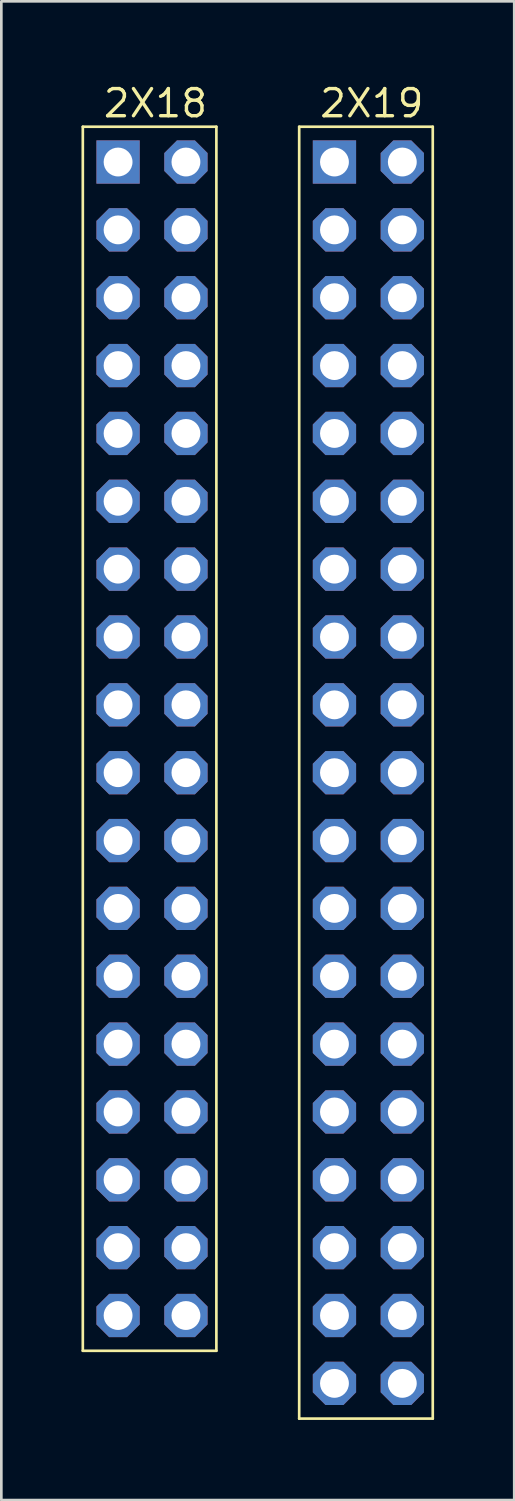
<source format=kicad_pcb>
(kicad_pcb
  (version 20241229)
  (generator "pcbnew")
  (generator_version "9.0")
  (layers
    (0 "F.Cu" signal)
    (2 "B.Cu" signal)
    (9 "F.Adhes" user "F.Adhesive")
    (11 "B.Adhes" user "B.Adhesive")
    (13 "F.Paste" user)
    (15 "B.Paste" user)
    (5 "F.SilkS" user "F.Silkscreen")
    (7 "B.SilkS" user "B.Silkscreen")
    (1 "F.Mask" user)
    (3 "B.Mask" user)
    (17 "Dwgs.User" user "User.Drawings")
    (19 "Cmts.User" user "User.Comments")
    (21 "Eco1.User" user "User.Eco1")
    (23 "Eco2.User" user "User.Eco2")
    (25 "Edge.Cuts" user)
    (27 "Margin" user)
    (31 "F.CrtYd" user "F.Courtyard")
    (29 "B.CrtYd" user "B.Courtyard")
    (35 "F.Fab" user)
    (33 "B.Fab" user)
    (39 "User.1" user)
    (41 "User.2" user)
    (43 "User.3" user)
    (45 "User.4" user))
  (footprint "2X18"
    (layer "F.Cu")
    (at 1.37 3.015)
    (property "Reference" "2X18" (at 1.398 -2.197 0) (layer "F.SilkS") (effects (font (size 1.016 1.016) (thickness 0.127))))
    (attr through_hole)
    (fp_line (start -1.32 -1.32) (end -1.32 44.5) (stroke (width 0.1) (type default)) (layer "F.SilkS"))
    (fp_line (start -1.32 -1.32) (end 3.68 -1.32) (stroke (width 0.1) (type default)) (layer "F.SilkS"))
    (fp_line (start -1.32 44.5) (end 3.68 44.5) (stroke (width 0.1) (type default)) (layer "F.SilkS"))
    (fp_line (start 3.68 -1.32) (end 3.68 44.5) (stroke (width 0.1) (type default)) (layer "F.SilkS"))
    (pad "1" thru_hole rect (at 0 0) (size 1.62 1.62) (drill 1.08) (layers "*.Cu" "*.Mask"))
    (pad "2" thru_hole roundrect (at 0 2.54) (size 1.62 1.62) (drill 1.08) (layers "*.Cu" "*.Mask") (roundrect_rratio 0.25) (chamfer_ratio 0.293) (chamfer top_left top_right bottom_left bottom_right))
    (pad "3" thru_hole roundrect (at 0 5.08) (size 1.62 1.62) (drill 1.08) (layers "*.Cu" "*.Mask") (roundrect_rratio 0.25) (chamfer_ratio 0.293) (chamfer top_left top_right bottom_left bottom_right))
    (pad "4" thru_hole roundrect (at 0 7.62) (size 1.62 1.62) (drill 1.08) (layers "*.Cu" "*.Mask") (roundrect_rratio 0.25) (chamfer_ratio 0.293) (chamfer top_left top_right bottom_left bottom_right))
    (pad "5" thru_hole roundrect (at 0 10.16) (size 1.62 1.62) (drill 1.08) (layers "*.Cu" "*.Mask") (roundrect_rratio 0.25) (chamfer_ratio 0.293) (chamfer top_left top_right bottom_left bottom_right))
    (pad "6" thru_hole roundrect (at 0 12.7) (size 1.62 1.62) (drill 1.08) (layers "*.Cu" "*.Mask") (roundrect_rratio 0.25) (chamfer_ratio 0.293) (chamfer top_left top_right bottom_left bottom_right))
    (pad "7" thru_hole roundrect (at 0 15.24) (size 1.62 1.62) (drill 1.08) (layers "*.Cu" "*.Mask") (roundrect_rratio 0.25) (chamfer_ratio 0.293) (chamfer top_left top_right bottom_left bottom_right))
    (pad "8" thru_hole roundrect (at 0 17.78) (size 1.62 1.62) (drill 1.08) (layers "*.Cu" "*.Mask") (roundrect_rratio 0.25) (chamfer_ratio 0.293) (chamfer top_left top_right bottom_left bottom_right))
    (pad "9" thru_hole roundrect (at 0 20.32) (size 1.62 1.62) (drill 1.08) (layers "*.Cu" "*.Mask") (roundrect_rratio 0.25) (chamfer_ratio 0.293) (chamfer top_left top_right bottom_left bottom_right))
    (pad "10" thru_hole roundrect (at 0 22.86) (size 1.62 1.62) (drill 1.08) (layers "*.Cu" "*.Mask") (roundrect_rratio 0.25) (chamfer_ratio 0.293) (chamfer top_left top_right bottom_left bottom_right))
    (pad "11" thru_hole roundrect (at 0 25.4) (size 1.62 1.62) (drill 1.08) (layers "*.Cu" "*.Mask") (roundrect_rratio 0.25) (chamfer_ratio 0.293) (chamfer top_left top_right bottom_left bottom_right))
    (pad "12" thru_hole roundrect (at 0 27.94) (size 1.62 1.62) (drill 1.08) (layers "*.Cu" "*.Mask") (roundrect_rratio 0.25) (chamfer_ratio 0.293) (chamfer top_left top_right bottom_left bottom_right))
    (pad "13" thru_hole roundrect (at 0 30.48) (size 1.62 1.62) (drill 1.08) (layers "*.Cu" "*.Mask") (roundrect_rratio 0.25) (chamfer_ratio 0.293) (chamfer top_left top_right bottom_left bottom_right))
    (pad "14" thru_hole roundrect (at 0 33.02) (size 1.62 1.62) (drill 1.08) (layers "*.Cu" "*.Mask") (roundrect_rratio 0.25) (chamfer_ratio 0.293) (chamfer top_left top_right bottom_left bottom_right))
    (pad "15" thru_hole roundrect (at 0 35.56) (size 1.62 1.62) (drill 1.08) (layers "*.Cu" "*.Mask") (roundrect_rratio 0.25) (chamfer_ratio 0.293) (chamfer top_left top_right bottom_left bottom_right))
    (pad "16" thru_hole roundrect (at 0 38.1) (size 1.62 1.62) (drill 1.08) (layers "*.Cu" "*.Mask") (roundrect_rratio 0.25) (chamfer_ratio 0.293) (chamfer top_left top_right bottom_left bottom_right))
    (pad "17" thru_hole roundrect (at 0 40.64) (size 1.62 1.62) (drill 1.08) (layers "*.Cu" "*.Mask") (roundrect_rratio 0.25) (chamfer_ratio 0.293) (chamfer top_left top_right bottom_left bottom_right))
    (pad "18" thru_hole roundrect (at 0 43.18) (size 1.62 1.62) (drill 1.08) (layers "*.Cu" "*.Mask") (roundrect_rratio 0.25) (chamfer_ratio 0.293) (chamfer top_left top_right bottom_left bottom_right))
    (pad "19" thru_hole roundrect (at 2.54 0) (size 1.62 1.62) (drill 1.08) (layers "*.Cu" "*.Mask") (roundrect_rratio 0.25) (chamfer_ratio 0.293) (chamfer top_left top_right bottom_left bottom_right))
    (pad "20" thru_hole roundrect (at 2.54 2.54) (size 1.62 1.62) (drill 1.08) (layers "*.Cu" "*.Mask") (roundrect_rratio 0.25) (chamfer_ratio 0.293) (chamfer top_left top_right bottom_left bottom_right))
    (pad "21" thru_hole roundrect (at 2.54 5.08) (size 1.62 1.62) (drill 1.08) (layers "*.Cu" "*.Mask") (roundrect_rratio 0.25) (chamfer_ratio 0.293) (chamfer top_left top_right bottom_left bottom_right))
    (pad "22" thru_hole roundrect (at 2.54 7.62) (size 1.62 1.62) (drill 1.08) (layers "*.Cu" "*.Mask") (roundrect_rratio 0.25) (chamfer_ratio 0.293) (chamfer top_left top_right bottom_left bottom_right))
    (pad "23" thru_hole roundrect (at 2.54 10.16) (size 1.62 1.62) (drill 1.08) (layers "*.Cu" "*.Mask") (roundrect_rratio 0.25) (chamfer_ratio 0.293) (chamfer top_left top_right bottom_left bottom_right))
    (pad "24" thru_hole roundrect (at 2.54 12.7) (size 1.62 1.62) (drill 1.08) (layers "*.Cu" "*.Mask") (roundrect_rratio 0.25) (chamfer_ratio 0.293) (chamfer top_left top_right bottom_left bottom_right))
    (pad "25" thru_hole roundrect (at 2.54 15.24) (size 1.62 1.62) (drill 1.08) (layers "*.Cu" "*.Mask") (roundrect_rratio 0.25) (chamfer_ratio 0.293) (chamfer top_left top_right bottom_left bottom_right))
    (pad "26" thru_hole roundrect (at 2.54 17.78) (size 1.62 1.62) (drill 1.08) (layers "*.Cu" "*.Mask") (roundrect_rratio 0.25) (chamfer_ratio 0.293) (chamfer top_left top_right bottom_left bottom_right))
    (pad "27" thru_hole roundrect (at 2.54 20.32) (size 1.62 1.62) (drill 1.08) (layers "*.Cu" "*.Mask") (roundrect_rratio 0.25) (chamfer_ratio 0.293) (chamfer top_left top_right bottom_left bottom_right))
    (pad "28" thru_hole roundrect (at 2.54 22.86) (size 1.62 1.62) (drill 1.08) (layers "*.Cu" "*.Mask") (roundrect_rratio 0.25) (chamfer_ratio 0.293) (chamfer top_left top_right bottom_left bottom_right))
    (pad "29" thru_hole roundrect (at 2.54 25.4) (size 1.62 1.62) (drill 1.08) (layers "*.Cu" "*.Mask") (roundrect_rratio 0.25) (chamfer_ratio 0.293) (chamfer top_left top_right bottom_left bottom_right))
    (pad "30" thru_hole roundrect (at 2.54 27.94) (size 1.62 1.62) (drill 1.08) (layers "*.Cu" "*.Mask") (roundrect_rratio 0.25) (chamfer_ratio 0.293) (chamfer top_left top_right bottom_left bottom_right))
    (pad "31" thru_hole roundrect (at 2.54 30.48) (size 1.62 1.62) (drill 1.08) (layers "*.Cu" "*.Mask") (roundrect_rratio 0.25) (chamfer_ratio 0.293) (chamfer top_left top_right bottom_left bottom_right))
    (pad "32" thru_hole roundrect (at 2.54 33.02) (size 1.62 1.62) (drill 1.08) (layers "*.Cu" "*.Mask") (roundrect_rratio 0.25) (chamfer_ratio 0.293) (chamfer top_left top_right bottom_left bottom_right))
    (pad "33" thru_hole roundrect (at 2.54 35.56) (size 1.62 1.62) (drill 1.08) (layers "*.Cu" "*.Mask") (roundrect_rratio 0.25) (chamfer_ratio 0.293) (chamfer top_left top_right bottom_left bottom_right))
    (pad "34" thru_hole roundrect (at 2.54 38.1) (size 1.62 1.62) (drill 1.08) (layers "*.Cu" "*.Mask") (roundrect_rratio 0.25) (chamfer_ratio 0.293) (chamfer top_left top_right bottom_left bottom_right))
    (pad "35" thru_hole roundrect (at 2.54 40.64) (size 1.62 1.62) (drill 1.08) (layers "*.Cu" "*.Mask") (roundrect_rratio 0.25) (chamfer_ratio 0.293) (chamfer top_left top_right bottom_left bottom_right))
    (pad "36" thru_hole roundrect (at 2.54 43.18) (size 1.62 1.62) (drill 1.08) (layers "*.Cu" "*.Mask") (roundrect_rratio 0.25) (chamfer_ratio 0.293) (chamfer top_left top_right bottom_left bottom_right)))
  (footprint "2X19"
    (layer "F.Cu")
    (at 9.47 3.015)
    (property "Reference" "2X19" (at 1.398 -2.197 0) (layer "F.SilkS") (effects (font (size 1.016 1.016) (thickness 0.127))))
    (attr through_hole)
    (fp_line (start -1.32 -1.32) (end -1.32 47.04) (stroke (width 0.1) (type default)) (layer "F.SilkS"))
    (fp_line (start -1.32 -1.32) (end 3.68 -1.32) (stroke (width 0.1) (type default)) (layer "F.SilkS"))
    (fp_line (start -1.32 47.04) (end 3.68 47.04) (stroke (width 0.1) (type default)) (layer "F.SilkS"))
    (fp_line (start 3.68 -1.32) (end 3.68 47.04) (stroke (width 0.1) (type default)) (layer "F.SilkS"))
    (pad "1" thru_hole rect (at 0 0) (size 1.62 1.62) (drill 1.08) (layers "*.Cu" "*.Mask"))
    (pad "2" thru_hole roundrect (at 0 2.54) (size 1.62 1.62) (drill 1.08) (layers "*.Cu" "*.Mask") (roundrect_rratio 0.25) (chamfer_ratio 0.293) (chamfer top_left top_right bottom_left bottom_right))
    (pad "3" thru_hole roundrect (at 0 5.08) (size 1.62 1.62) (drill 1.08) (layers "*.Cu" "*.Mask") (roundrect_rratio 0.25) (chamfer_ratio 0.293) (chamfer top_left top_right bottom_left bottom_right))
    (pad "4" thru_hole roundrect (at 0 7.62) (size 1.62 1.62) (drill 1.08) (layers "*.Cu" "*.Mask") (roundrect_rratio 0.25) (chamfer_ratio 0.293) (chamfer top_left top_right bottom_left bottom_right))
    (pad "5" thru_hole roundrect (at 0 10.16) (size 1.62 1.62) (drill 1.08) (layers "*.Cu" "*.Mask") (roundrect_rratio 0.25) (chamfer_ratio 0.293) (chamfer top_left top_right bottom_left bottom_right))
    (pad "6" thru_hole roundrect (at 0 12.7) (size 1.62 1.62) (drill 1.08) (layers "*.Cu" "*.Mask") (roundrect_rratio 0.25) (chamfer_ratio 0.293) (chamfer top_left top_right bottom_left bottom_right))
    (pad "7" thru_hole roundrect (at 0 15.24) (size 1.62 1.62) (drill 1.08) (layers "*.Cu" "*.Mask") (roundrect_rratio 0.25) (chamfer_ratio 0.293) (chamfer top_left top_right bottom_left bottom_right))
    (pad "8" thru_hole roundrect (at 0 17.78) (size 1.62 1.62) (drill 1.08) (layers "*.Cu" "*.Mask") (roundrect_rratio 0.25) (chamfer_ratio 0.293) (chamfer top_left top_right bottom_left bottom_right))
    (pad "9" thru_hole roundrect (at 0 20.32) (size 1.62 1.62) (drill 1.08) (layers "*.Cu" "*.Mask") (roundrect_rratio 0.25) (chamfer_ratio 0.293) (chamfer top_left top_right bottom_left bottom_right))
    (pad "10" thru_hole roundrect (at 0 22.86) (size 1.62 1.62) (drill 1.08) (layers "*.Cu" "*.Mask") (roundrect_rratio 0.25) (chamfer_ratio 0.293) (chamfer top_left top_right bottom_left bottom_right))
    (pad "11" thru_hole roundrect (at 0 25.4) (size 1.62 1.62) (drill 1.08) (layers "*.Cu" "*.Mask") (roundrect_rratio 0.25) (chamfer_ratio 0.293) (chamfer top_left top_right bottom_left bottom_right))
    (pad "12" thru_hole roundrect (at 0 27.94) (size 1.62 1.62) (drill 1.08) (layers "*.Cu" "*.Mask") (roundrect_rratio 0.25) (chamfer_ratio 0.293) (chamfer top_left top_right bottom_left bottom_right))
    (pad "13" thru_hole roundrect (at 0 30.48) (size 1.62 1.62) (drill 1.08) (layers "*.Cu" "*.Mask") (roundrect_rratio 0.25) (chamfer_ratio 0.293) (chamfer top_left top_right bottom_left bottom_right))
    (pad "14" thru_hole roundrect (at 0 33.02) (size 1.62 1.62) (drill 1.08) (layers "*.Cu" "*.Mask") (roundrect_rratio 0.25) (chamfer_ratio 0.293) (chamfer top_left top_right bottom_left bottom_right))
    (pad "15" thru_hole roundrect (at 0 35.56) (size 1.62 1.62) (drill 1.08) (layers "*.Cu" "*.Mask") (roundrect_rratio 0.25) (chamfer_ratio 0.293) (chamfer top_left top_right bottom_left bottom_right))
    (pad "16" thru_hole roundrect (at 0 38.1) (size 1.62 1.62) (drill 1.08) (layers "*.Cu" "*.Mask") (roundrect_rratio 0.25) (chamfer_ratio 0.293) (chamfer top_left top_right bottom_left bottom_right))
    (pad "17" thru_hole roundrect (at 0 40.64) (size 1.62 1.62) (drill 1.08) (layers "*.Cu" "*.Mask") (roundrect_rratio 0.25) (chamfer_ratio 0.293) (chamfer top_left top_right bottom_left bottom_right))
    (pad "18" thru_hole roundrect (at 0 43.18) (size 1.62 1.62) (drill 1.08) (layers "*.Cu" "*.Mask") (roundrect_rratio 0.25) (chamfer_ratio 0.293) (chamfer top_left top_right bottom_left bottom_right))
    (pad "19" thru_hole roundrect (at 0 45.72) (size 1.62 1.62) (drill 1.08) (layers "*.Cu" "*.Mask") (roundrect_rratio 0.25) (chamfer_ratio 0.293) (chamfer top_left top_right bottom_left bottom_right))
    (pad "20" thru_hole roundrect (at 2.54 0) (size 1.62 1.62) (drill 1.08) (layers "*.Cu" "*.Mask") (roundrect_rratio 0.25) (chamfer_ratio 0.293) (chamfer top_left top_right bottom_left bottom_right))
    (pad "21" thru_hole roundrect (at 2.54 2.54) (size 1.62 1.62) (drill 1.08) (layers "*.Cu" "*.Mask") (roundrect_rratio 0.25) (chamfer_ratio 0.293) (chamfer top_left top_right bottom_left bottom_right))
    (pad "22" thru_hole roundrect (at 2.54 5.08) (size 1.62 1.62) (drill 1.08) (layers "*.Cu" "*.Mask") (roundrect_rratio 0.25) (chamfer_ratio 0.293) (chamfer top_left top_right bottom_left bottom_right))
    (pad "23" thru_hole roundrect (at 2.54 7.62) (size 1.62 1.62) (drill 1.08) (layers "*.Cu" "*.Mask") (roundrect_rratio 0.25) (chamfer_ratio 0.293) (chamfer top_left top_right bottom_left bottom_right))
    (pad "24" thru_hole roundrect (at 2.54 10.16) (size 1.62 1.62) (drill 1.08) (layers "*.Cu" "*.Mask") (roundrect_rratio 0.25) (chamfer_ratio 0.293) (chamfer top_left top_right bottom_left bottom_right))
    (pad "25" thru_hole roundrect (at 2.54 12.7) (size 1.62 1.62) (drill 1.08) (layers "*.Cu" "*.Mask") (roundrect_rratio 0.25) (chamfer_ratio 0.293) (chamfer top_left top_right bottom_left bottom_right))
    (pad "26" thru_hole roundrect (at 2.54 15.24) (size 1.62 1.62) (drill 1.08) (layers "*.Cu" "*.Mask") (roundrect_rratio 0.25) (chamfer_ratio 0.293) (chamfer top_left top_right bottom_left bottom_right))
    (pad "27" thru_hole roundrect (at 2.54 17.78) (size 1.62 1.62) (drill 1.08) (layers "*.Cu" "*.Mask") (roundrect_rratio 0.25) (chamfer_ratio 0.293) (chamfer top_left top_right bottom_left bottom_right))
    (pad "28" thru_hole roundrect (at 2.54 20.32) (size 1.62 1.62) (drill 1.08) (layers "*.Cu" "*.Mask") (roundrect_rratio 0.25) (chamfer_ratio 0.293) (chamfer top_left top_right bottom_left bottom_right))
    (pad "29" thru_hole roundrect (at 2.54 22.86) (size 1.62 1.62) (drill 1.08) (layers "*.Cu" "*.Mask") (roundrect_rratio 0.25) (chamfer_ratio 0.293) (chamfer top_left top_right bottom_left bottom_right))
    (pad "30" thru_hole roundrect (at 2.54 25.4) (size 1.62 1.62) (drill 1.08) (layers "*.Cu" "*.Mask") (roundrect_rratio 0.25) (chamfer_ratio 0.293) (chamfer top_left top_right bottom_left bottom_right))
    (pad "31" thru_hole roundrect (at 2.54 27.94) (size 1.62 1.62) (drill 1.08) (layers "*.Cu" "*.Mask") (roundrect_rratio 0.25) (chamfer_ratio 0.293) (chamfer top_left top_right bottom_left bottom_right))
    (pad "32" thru_hole roundrect (at 2.54 30.48) (size 1.62 1.62) (drill 1.08) (layers "*.Cu" "*.Mask") (roundrect_rratio 0.25) (chamfer_ratio 0.293) (chamfer top_left top_right bottom_left bottom_right))
    (pad "33" thru_hole roundrect (at 2.54 33.02) (size 1.62 1.62) (drill 1.08) (layers "*.Cu" "*.Mask") (roundrect_rratio 0.25) (chamfer_ratio 0.293) (chamfer top_left top_right bottom_left bottom_right))
    (pad "34" thru_hole roundrect (at 2.54 35.56) (size 1.62 1.62) (drill 1.08) (layers "*.Cu" "*.Mask") (roundrect_rratio 0.25) (chamfer_ratio 0.293) (chamfer top_left top_right bottom_left bottom_right))
    (pad "35" thru_hole roundrect (at 2.54 38.1) (size 1.62 1.62) (drill 1.08) (layers "*.Cu" "*.Mask") (roundrect_rratio 0.25) (chamfer_ratio 0.293) (chamfer top_left top_right bottom_left bottom_right))
    (pad "36" thru_hole roundrect (at 2.54 40.64) (size 1.62 1.62) (drill 1.08) (layers "*.Cu" "*.Mask") (roundrect_rratio 0.25) (chamfer_ratio 0.293) (chamfer top_left top_right bottom_left bottom_right))
    (pad "37" thru_hole roundrect (at 2.54 43.18) (size 1.62 1.62) (drill 1.08) (layers "*.Cu" "*.Mask") (roundrect_rratio 0.25) (chamfer_ratio 0.293) (chamfer top_left top_right bottom_left bottom_right))
    (pad "38" thru_hole roundrect (at 2.54 45.72) (size 1.62 1.62) (drill 1.08) (layers "*.Cu" "*.Mask") (roundrect_rratio 0.25) (chamfer_ratio 0.293) (chamfer top_left top_right bottom_left bottom_right)))
  (gr_rect
    (start -3 -3)
    (end 16.2 53.105)
    (stroke (width 0.1) (type default))
    (fill no)
    (layer "Edge.Cuts")))
</source>
